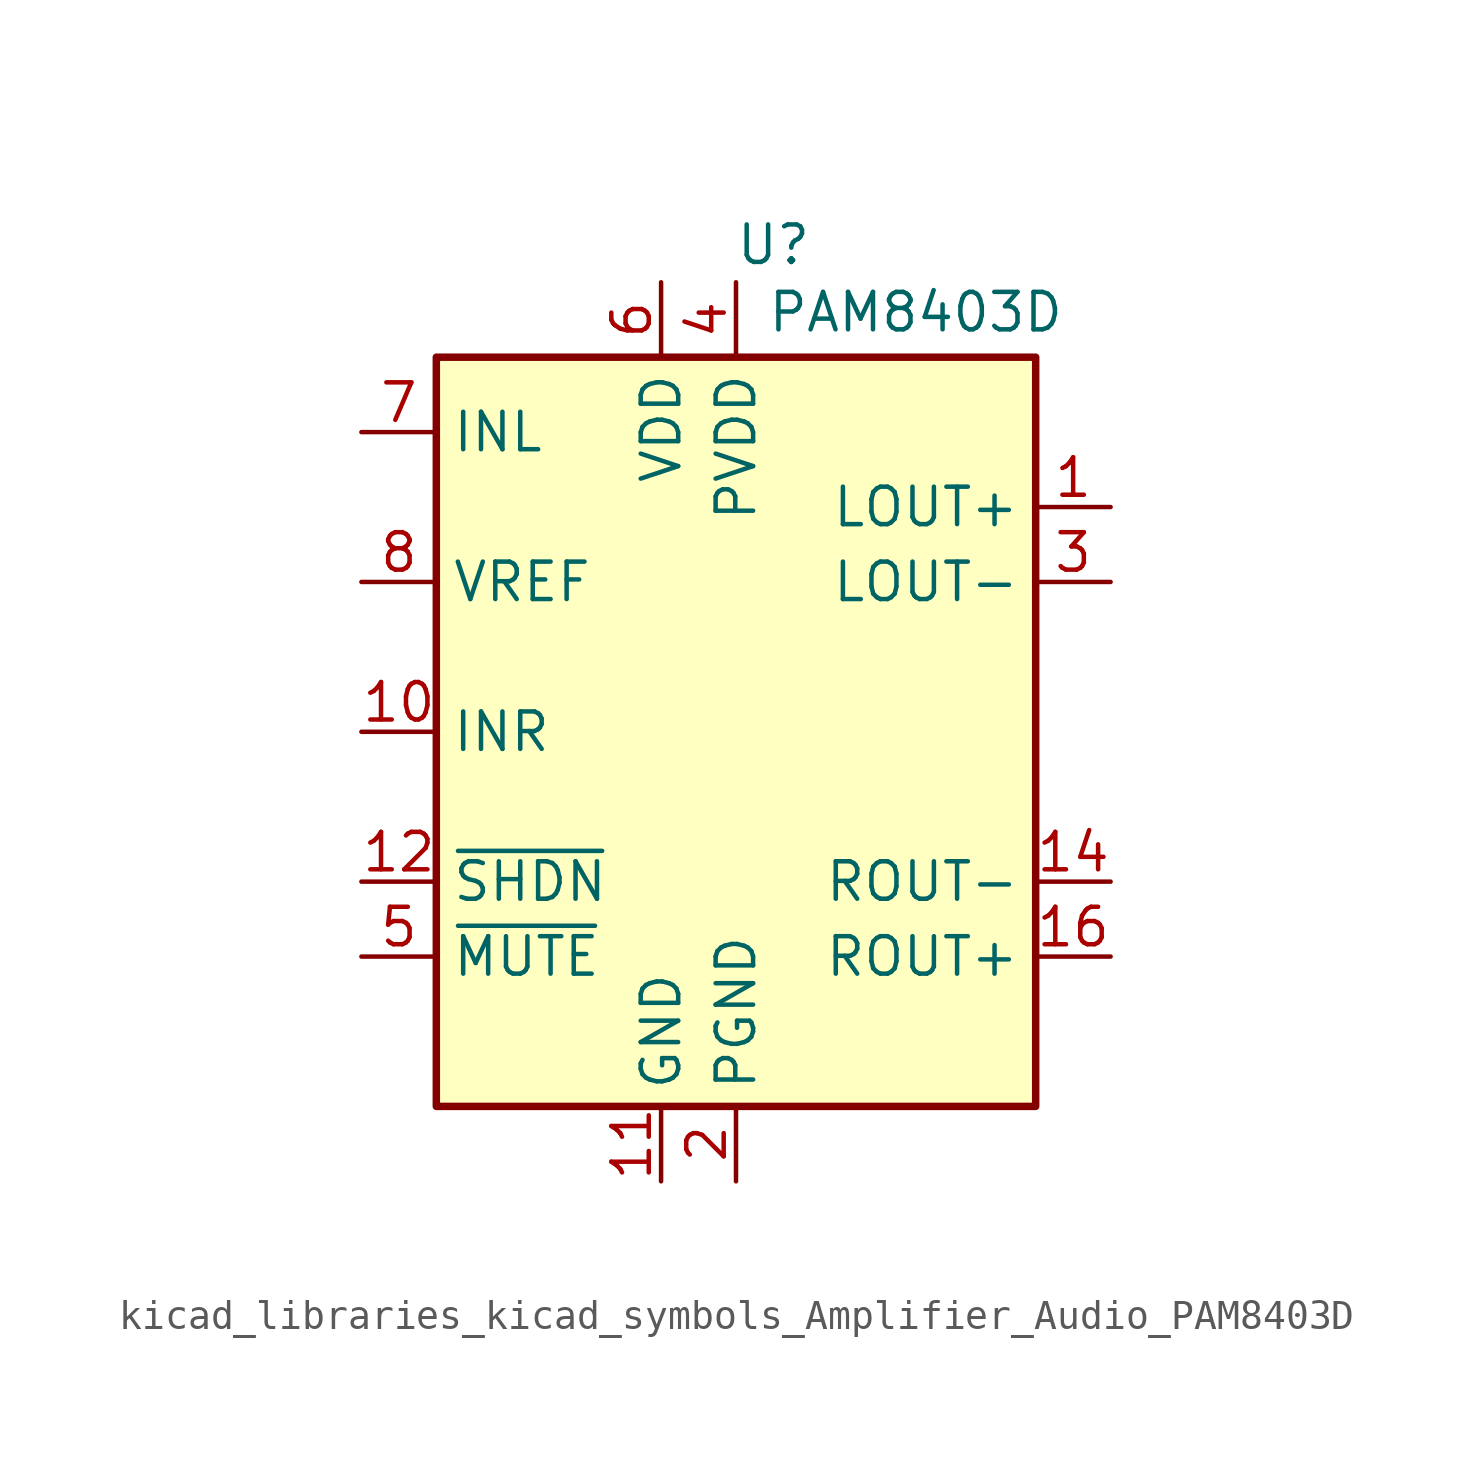
<source format=kicad_sym>
(kicad_symbol_lib
  (version 20220914)
  (generator kicad_symbol_editor)
  (symbol "kicad_libraries_kicad_symbols_Amplifier_Audio_PAM8403D"
    (property "Reference" "U"
      (at 1.27 16.51 0)
      (effects (font (size 1.27 1.27))))
    (property "Value" "PAM8403D"
      (at 6.096 14.224 0)
      (effects (font (size 1.27 1.27))))
    (symbol "kicad_libraries_kicad_symbols_Amplifier_Audio_PAM8403D_0_1"
      (rectangle (start -10.16 12.7) (end 10.16 -12.7) (stroke (width 0.254) (type default)) (fill (type background))))
    (symbol "kicad_libraries_kicad_symbols_Amplifier_Audio_PAM8403D_1_1"
      (pin output line (at 12.7 7.62 180) (length 2.54) (name "LOUT+" (effects (font (size 1.27 1.27)))) (number "1" (effects (font (size 1.27 1.27)))))
      (pin input line (at -12.7 0 0) (length 2.54) (name "INR" (effects (font (size 1.27 1.27)))) (number "10" (effects (font (size 1.27 1.27)))))
      (pin power_in line (at -2.54 -15.24 90) (length 2.54) (name "GND" (effects (font (size 1.27 1.27)))) (number "11" (effects (font (size 1.27 1.27)))))
      (pin input line (at -12.7 -5.08 0) (length 2.54) (name "~{SHDN}" (effects (font (size 1.27 1.27)))) (number "12" (effects (font (size 1.27 1.27)))))
      (pin passive line (at 0 15.24 270) (length 2.54) hide (name "PVDD" (effects (font (size 1.27 1.27)))) (number "13" (effects (font (size 1.27 1.27)))))
      (pin output line (at 12.7 -5.08 180) (length 2.54) (name "ROUT-" (effects (font (size 1.27 1.27)))) (number "14" (effects (font (size 1.27 1.27)))))
      (pin passive line (at 0 -15.24 90) (length 2.54) hide (name "PGND" (effects (font (size 1.27 1.27)))) (number "15" (effects (font (size 1.27 1.27)))))
      (pin output line (at 12.7 -7.62 180) (length 2.54) (name "ROUT+" (effects (font (size 1.27 1.27)))) (number "16" (effects (font (size 1.27 1.27)))))
      (pin power_in line (at 0 -15.24 90) (length 2.54) (name "PGND" (effects (font (size 1.27 1.27)))) (number "2" (effects (font (size 1.27 1.27)))))
      (pin output line (at 12.7 5.08 180) (length 2.54) (name "LOUT-" (effects (font (size 1.27 1.27)))) (number "3" (effects (font (size 1.27 1.27)))))
      (pin power_in line (at 0 15.24 270) (length 2.54) (name "PVDD" (effects (font (size 1.27 1.27)))) (number "4" (effects (font (size 1.27 1.27)))))
      (pin input line (at -12.7 -7.62 0) (length 2.54) (name "~{MUTE}" (effects (font (size 1.27 1.27)))) (number "5" (effects (font (size 1.27 1.27)))))
      (pin power_in line (at -2.54 15.24 270) (length 2.54) (name "VDD" (effects (font (size 1.27 1.27)))) (number "6" (effects (font (size 1.27 1.27)))))
      (pin input line (at -12.7 10.16 0) (length 2.54) (name "INL" (effects (font (size 1.27 1.27)))) (number "7" (effects (font (size 1.27 1.27)))))
      (pin input line (at -12.7 5.08 0) (length 2.54) (name "VREF" (effects (font (size 1.27 1.27)))) (number "8" (effects (font (size 1.27 1.27)))))
      (pin no_connect line (at 10.16 -10.16 180) (length 2.54) hide (name "NC" (effects (font (size 1.27 1.27)))) (number "9" (effects (font (size 1.27 1.27))))))))
</source>
